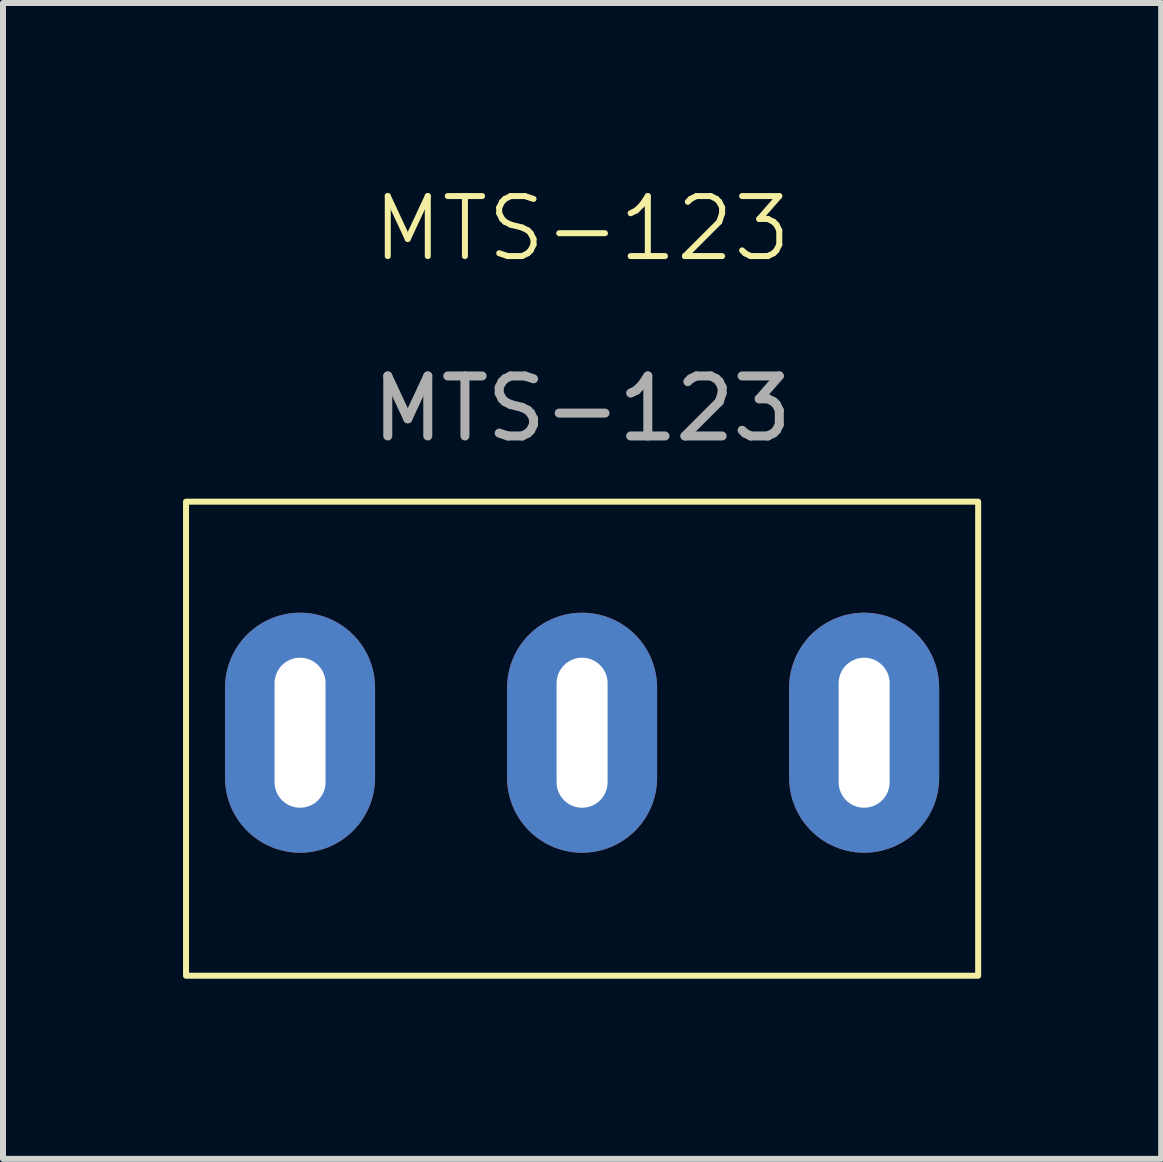
<source format=kicad_pcb>
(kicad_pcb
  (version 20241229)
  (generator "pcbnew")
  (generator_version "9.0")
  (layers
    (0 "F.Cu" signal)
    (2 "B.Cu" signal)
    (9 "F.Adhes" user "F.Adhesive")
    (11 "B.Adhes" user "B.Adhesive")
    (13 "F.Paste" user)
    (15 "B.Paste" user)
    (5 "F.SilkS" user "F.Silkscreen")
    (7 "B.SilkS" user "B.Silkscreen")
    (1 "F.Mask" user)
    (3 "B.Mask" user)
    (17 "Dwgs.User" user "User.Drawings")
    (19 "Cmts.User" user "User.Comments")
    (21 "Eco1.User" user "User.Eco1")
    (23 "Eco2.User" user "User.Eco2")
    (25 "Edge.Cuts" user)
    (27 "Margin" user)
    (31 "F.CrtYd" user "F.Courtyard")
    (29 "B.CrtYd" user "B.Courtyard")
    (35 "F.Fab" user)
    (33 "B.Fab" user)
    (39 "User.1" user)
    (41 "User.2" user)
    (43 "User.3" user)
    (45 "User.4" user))
  (footprint "MTS-123"
    (layer "F.Cu")
    (at 6.65 1.26)
    (property "Reference" "MTS-123" (at 0 -0.5 0) (unlocked yes) (layer "F.SilkS") (effects (font (size 1 1) (thickness 0.1))))
    (attr through_hole)
    (fp_rect (start -6.6 4.05) (end 6.6 11.95) (stroke (width 0.1) (type default)) (fill no) (layer "F.SilkS"))
    (fp_text user "${REFERENCE}" (at 0 2.5 0) (unlocked yes) (layer "F.Fab") (effects (font (size 1 1) (thickness 0.15))))
    (pad "1" thru_hole oval (at -4.7 7.9) (size 2.5 4) (drill oval 0.85 2.5) (layers "*.Cu" "*.Mask"))
    (pad "2" thru_hole oval (at 0 7.9) (size 2.5 4) (drill oval 0.85 2.5) (layers "*.Cu" "*.Mask"))
    (pad "3" thru_hole oval (at 4.7 7.9) (size 2.5 4) (drill oval 0.85 2.5) (layers "*.Cu" "*.Mask")))
  (gr_rect
    (start -3 -3)
    (end 16.3 16.261)
    (stroke (width 0.1) (type default))
    (fill no)
    (layer "Edge.Cuts")))
</source>
